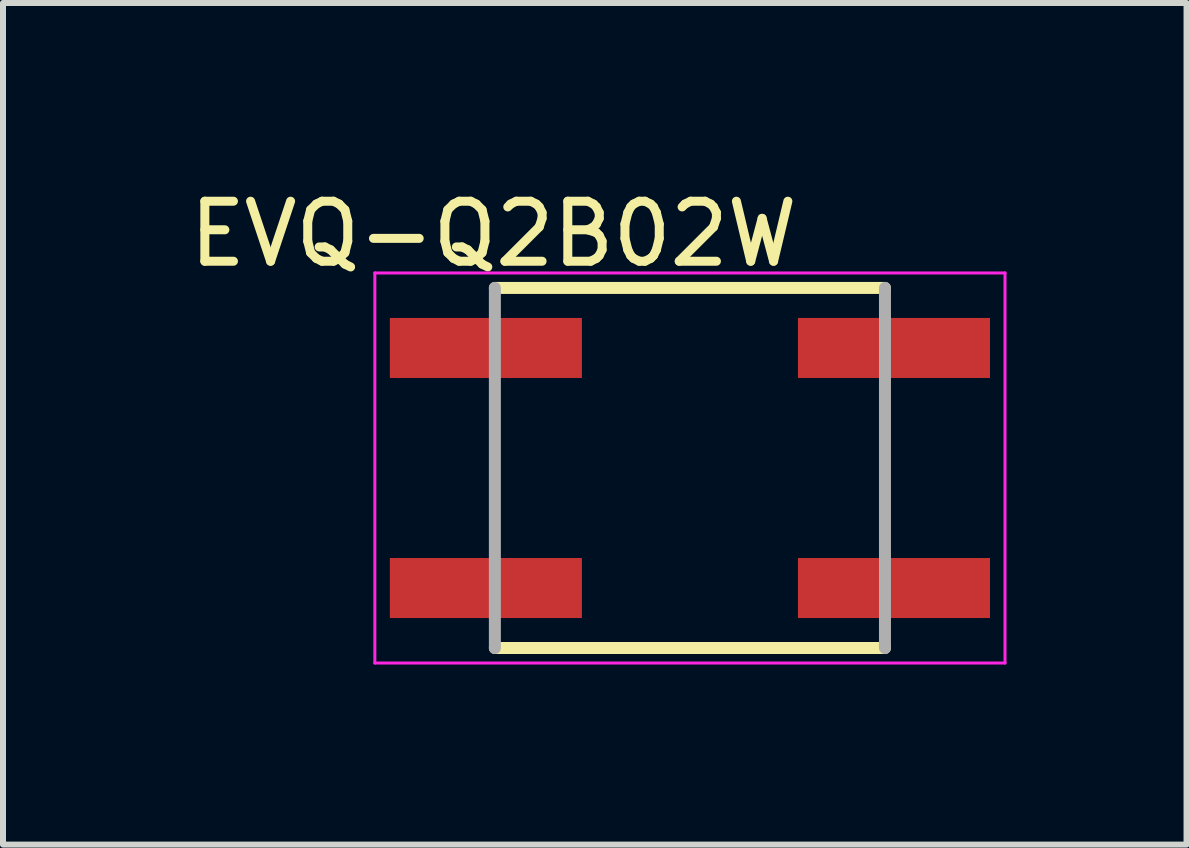
<source format=kicad_pcb>
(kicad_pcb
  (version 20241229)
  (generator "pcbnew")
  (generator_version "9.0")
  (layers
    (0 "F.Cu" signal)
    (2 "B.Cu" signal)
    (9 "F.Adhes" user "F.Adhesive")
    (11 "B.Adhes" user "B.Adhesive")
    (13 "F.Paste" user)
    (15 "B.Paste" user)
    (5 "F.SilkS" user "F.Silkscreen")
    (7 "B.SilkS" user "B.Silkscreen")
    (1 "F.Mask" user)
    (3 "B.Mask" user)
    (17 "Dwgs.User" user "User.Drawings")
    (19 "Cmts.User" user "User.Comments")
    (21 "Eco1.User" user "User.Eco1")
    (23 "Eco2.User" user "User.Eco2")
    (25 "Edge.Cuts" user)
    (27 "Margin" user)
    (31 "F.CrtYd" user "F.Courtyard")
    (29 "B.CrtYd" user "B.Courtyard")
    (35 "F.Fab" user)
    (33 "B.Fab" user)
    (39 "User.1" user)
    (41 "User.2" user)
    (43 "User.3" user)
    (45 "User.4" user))
  (footprint "EVQ-Q2B02W"
    (layer "F.Cu")
    (at 8.446 4.748)
    (property "Reference" "EVQ-Q2B02W" (at -3.273 -3.9 0) (layer "F.SilkS") (effects (font (size 1 1) (thickness 0.15))))
    (attr smd)
    (fp_line (start -3.25 -3) (end 3.25 -3) (stroke (width 0.2) (type solid)) (layer "F.SilkS"))
    (fp_line (start 3.25 3) (end -3.25 3) (stroke (width 0.2) (type solid)) (layer "F.SilkS"))
    (fp_line (start -5.25 -3.25) (end 5.25 -3.25) (stroke (width 0.05) (type solid)) (layer "F.CrtYd"))
    (fp_line (start -5.25 3.25) (end -5.25 -3.25) (stroke (width 0.05) (type solid)) (layer "F.CrtYd"))
    (fp_line (start 5.25 -3.25) (end 5.25 3.25) (stroke (width 0.05) (type solid)) (layer "F.CrtYd"))
    (fp_line (start 5.25 3.25) (end -5.25 3.25) (stroke (width 0.05) (type solid)) (layer "F.CrtYd"))
    (fp_line (start -3.25 -3) (end -3.25 3) (stroke (width 0.2) (type solid)) (layer "F.Fab"))
    (fp_line (start 3.25 -3) (end 3.25 3) (stroke (width 0.2) (type solid)) (layer "F.Fab"))
    (pad "A1" smd rect (at -3.4 2) (size 3.2 1) (layers "F.Cu" "F.Mask" "F.Paste"))
    (pad "A2" smd rect (at 3.4 2) (size 3.2 1) (layers "F.Cu" "F.Mask" "F.Paste"))
    (pad "B1" smd rect (at -3.4 -2) (size 3.2 1) (layers "F.Cu" "F.Mask" "F.Paste"))
    (pad "B2" smd rect (at 3.4 -2) (size 3.2 1) (layers "F.Cu" "F.Mask" "F.Paste")))
  (gr_rect
    (start -3 -3)
    (end 16.721 11.023)
    (stroke (width 0.1) (type default))
    (fill no)
    (layer "Edge.Cuts")))
</source>
